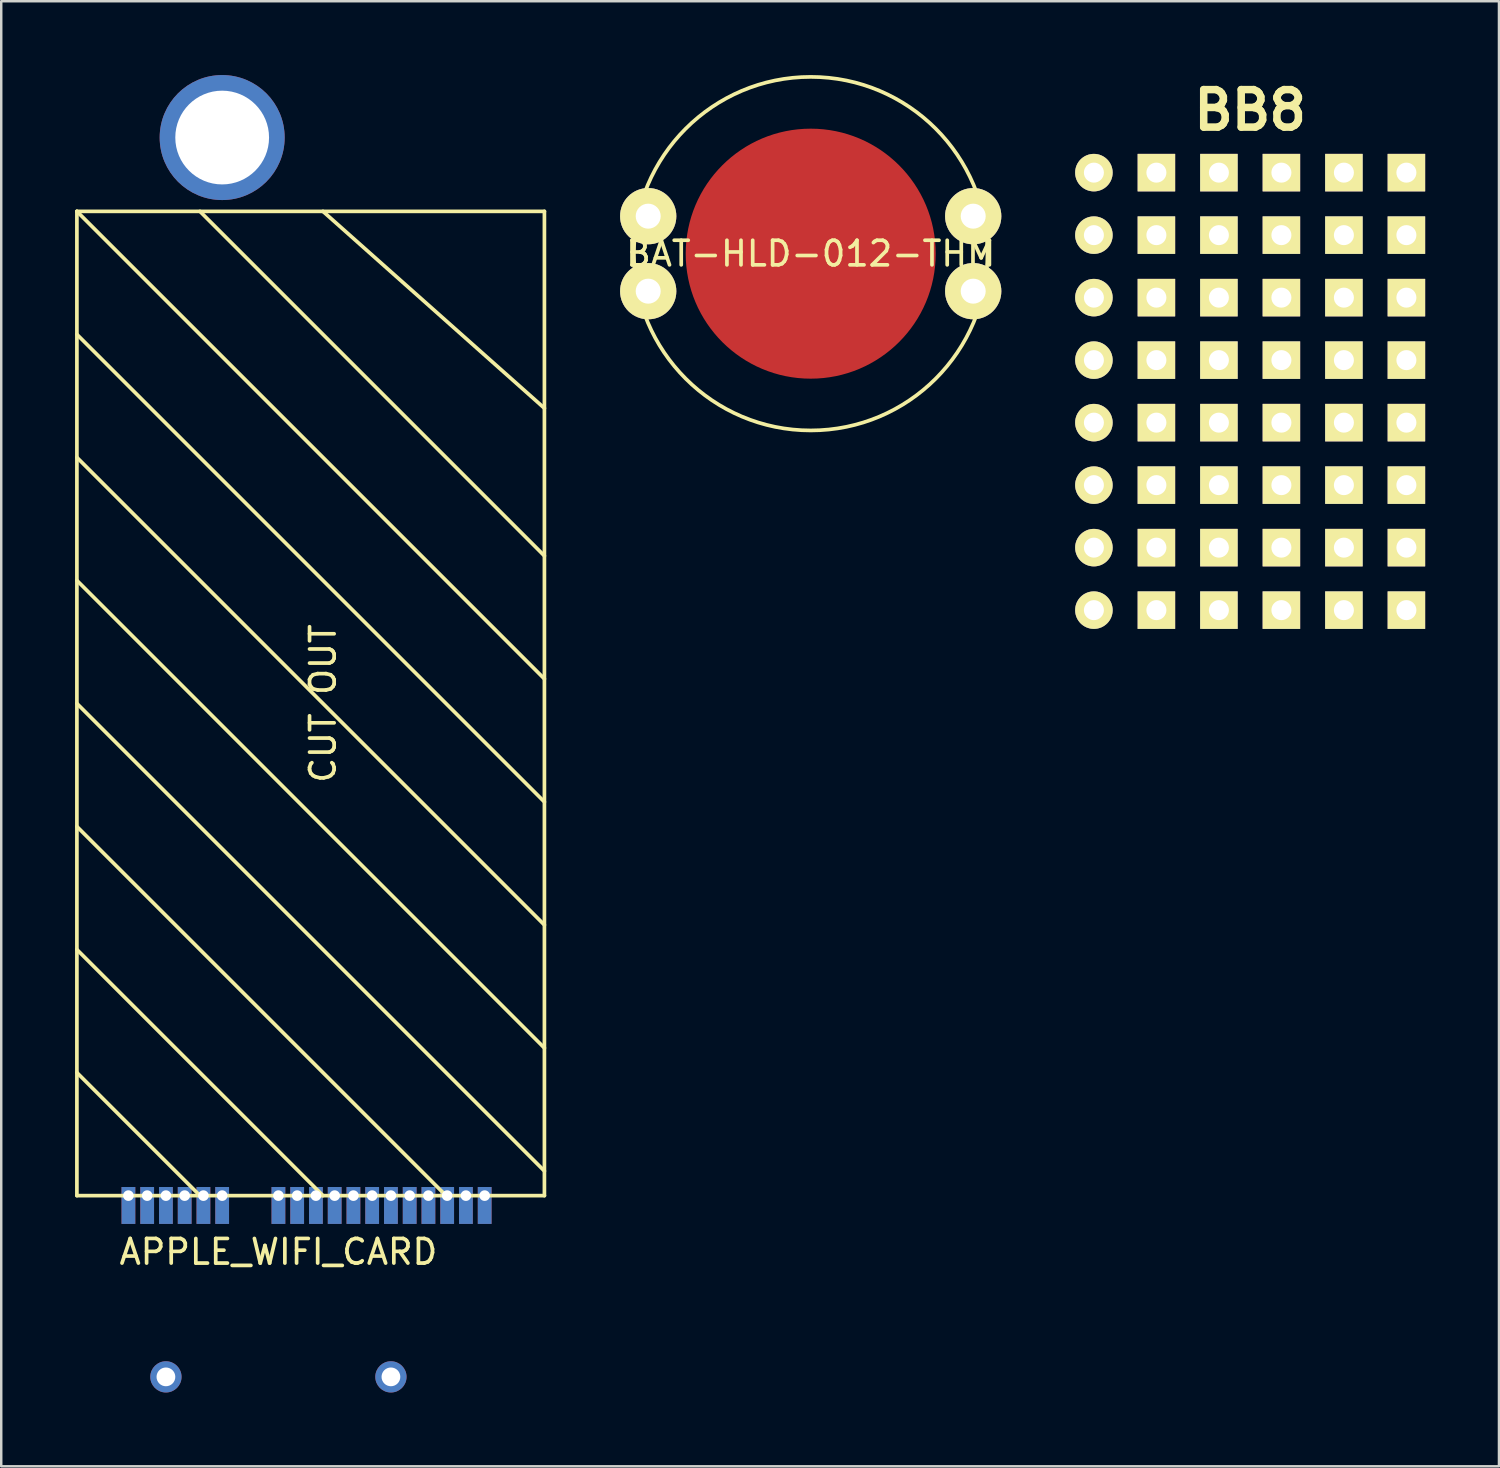
<source format=kicad_pcb>
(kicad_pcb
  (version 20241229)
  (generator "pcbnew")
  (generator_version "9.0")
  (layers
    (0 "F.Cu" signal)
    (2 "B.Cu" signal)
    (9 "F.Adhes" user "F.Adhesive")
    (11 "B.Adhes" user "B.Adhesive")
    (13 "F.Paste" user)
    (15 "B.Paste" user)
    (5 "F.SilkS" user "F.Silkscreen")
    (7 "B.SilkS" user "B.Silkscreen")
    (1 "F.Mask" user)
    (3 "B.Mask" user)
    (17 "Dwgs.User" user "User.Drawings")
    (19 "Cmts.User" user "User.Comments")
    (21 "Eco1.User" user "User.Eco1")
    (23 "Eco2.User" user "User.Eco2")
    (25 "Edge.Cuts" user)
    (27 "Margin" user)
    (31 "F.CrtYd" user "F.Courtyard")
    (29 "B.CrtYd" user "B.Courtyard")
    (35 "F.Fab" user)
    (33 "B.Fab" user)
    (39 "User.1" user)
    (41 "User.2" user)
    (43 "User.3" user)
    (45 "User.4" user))
  (footprint "BAT-HLD-012-THM"
    (layer "F.Cu")
    (at 29.897 7.259)
    (property "Reference" "BAT-HLD-012-THM" (at 0 0 0) (layer "F.SilkS") (effects (font (size 1 1) (thickness 0.15))))
    (attr through_hole)
    (fp_circle (center 0 0) (end 5.08 -5.08) (stroke (width 0.15) (type solid)) (fill no) (layer "F.SilkS"))
    (pad "1" thru_hole circle (at -6.604 -1.524) (size 2.286 2.286) (drill 1.016) (layers "*.Cu" "*.Mask" "F.SilkS"))
    (pad "1" thru_hole circle (at -6.604 1.524) (size 2.286 2.286) (drill 1.016) (layers "*.Cu" "*.Mask" "F.SilkS"))
    (pad "1" thru_hole circle (at 6.604 -1.524) (size 2.286 2.286) (drill 1.016) (layers "*.Cu" "*.Mask" "F.SilkS"))
    (pad "1" thru_hole circle (at 6.604 1.524) (size 2.286 2.286) (drill 1.016) (layers "*.Cu" "*.Mask" "F.SilkS"))
    (pad "2" smd circle (at 0 0) (size 10.16 10.16) (layers "F.Cu" "F.Mask" "F.Paste")))
  (footprint "BB8"
    (layer "F.Cu")
    (at 46.486 12.856)
    (property "Reference" "BB8" (at 1.27 -11.43 0) (layer "F.SilkS") (effects (font (size 1.524 1.524) (thickness 0.305))))
    (attr through_hole)
    (pad "1" thru_hole circle (at -5.08 -8.89) (size 1.524 1.524) (drill 0.813) (layers "*.Cu" "*.Mask" "F.SilkS"))
    (pad "2" thru_hole circle (at -5.08 -6.35) (size 1.524 1.524) (drill 0.813) (layers "*.Cu" "*.Mask" "F.SilkS"))
    (pad "3" thru_hole circle (at -5.08 -3.81) (size 1.524 1.524) (drill 0.813) (layers "*.Cu" "*.Mask" "F.SilkS"))
    (pad "4" thru_hole circle (at -5.08 -1.27) (size 1.524 1.524) (drill 0.813) (layers "*.Cu" "*.Mask" "F.SilkS"))
    (pad "5" thru_hole circle (at -5.08 1.27) (size 1.524 1.524) (drill 0.813) (layers "*.Cu" "*.Mask" "F.SilkS"))
    (pad "6" thru_hole circle (at -5.08 3.81) (size 1.524 1.524) (drill 0.813) (layers "*.Cu" "*.Mask" "F.SilkS"))
    (pad "7" thru_hole circle (at -5.08 6.35) (size 1.524 1.524) (drill 0.813) (layers "*.Cu" "*.Mask" "F.SilkS"))
    (pad "8" thru_hole circle (at -5.08 8.89) (size 1.524 1.524) (drill 0.813) (layers "*.Cu" "*.Mask" "F.SilkS"))
    (pad "9" thru_hole rect (at -2.54 -8.89) (size 1.524 1.524) (drill 0.813) (layers "*.Cu" "*.Mask" "F.SilkS"))
    (pad "10" thru_hole rect (at -2.54 -6.35) (size 1.524 1.524) (drill 0.813) (layers "*.Cu" "*.Mask" "F.SilkS"))
    (pad "11" thru_hole rect (at -2.54 -3.81) (size 1.524 1.524) (drill 0.813) (layers "*.Cu" "*.Mask" "F.SilkS"))
    (pad "12" thru_hole rect (at -2.54 -1.27) (size 1.524 1.524) (drill 0.813) (layers "*.Cu" "*.Mask" "F.SilkS"))
    (pad "13" thru_hole rect (at -2.54 1.27) (size 1.524 1.524) (drill 0.813) (layers "*.Cu" "*.Mask" "F.SilkS"))
    (pad "14" thru_hole rect (at -2.54 3.81) (size 1.524 1.524) (drill 0.813) (layers "*.Cu" "*.Mask" "F.SilkS"))
    (pad "15" thru_hole rect (at -2.54 6.35) (size 1.524 1.524) (drill 0.813) (layers "*.Cu" "*.Mask" "F.SilkS"))
    (pad "16" thru_hole rect (at -2.54 8.89) (size 1.524 1.524) (drill 0.813) (layers "*.Cu" "*.Mask" "F.SilkS"))
    (pad "17" thru_hole rect (at 0 -8.89) (size 1.524 1.524) (drill 0.813) (layers "*.Cu" "*.Mask" "F.SilkS"))
    (pad "18" thru_hole rect (at 0 -6.35) (size 1.524 1.524) (drill 0.813) (layers "*.Cu" "*.Mask" "F.SilkS"))
    (pad "19" thru_hole rect (at 0 -3.81) (size 1.524 1.524) (drill 0.813) (layers "*.Cu" "*.Mask" "F.SilkS"))
    (pad "20" thru_hole rect (at 0 -1.27) (size 1.524 1.524) (drill 0.813) (layers "*.Cu" "*.Mask" "F.SilkS"))
    (pad "21" thru_hole rect (at 0 1.27) (size 1.524 1.524) (drill 0.813) (layers "*.Cu" "*.Mask" "F.SilkS"))
    (pad "22" thru_hole rect (at 0 3.81) (size 1.524 1.524) (drill 0.813) (layers "*.Cu" "*.Mask" "F.SilkS"))
    (pad "23" thru_hole rect (at 0 6.35) (size 1.524 1.524) (drill 0.813) (layers "*.Cu" "*.Mask" "F.SilkS"))
    (pad "24" thru_hole rect (at 0 8.89) (size 1.524 1.524) (drill 0.813) (layers "*.Cu" "*.Mask" "F.SilkS"))
    (pad "25" thru_hole rect (at 2.54 -8.89) (size 1.524 1.524) (drill 0.813) (layers "*.Cu" "*.Mask" "F.SilkS"))
    (pad "26" thru_hole rect (at 2.54 -6.35) (size 1.524 1.524) (drill 0.813) (layers "*.Cu" "*.Mask" "F.SilkS"))
    (pad "27" thru_hole rect (at 2.54 -3.81) (size 1.524 1.524) (drill 0.813) (layers "*.Cu" "*.Mask" "F.SilkS"))
    (pad "28" thru_hole rect (at 2.54 -1.27) (size 1.524 1.524) (drill 0.813) (layers "*.Cu" "*.Mask" "F.SilkS"))
    (pad "29" thru_hole rect (at 2.54 1.27) (size 1.524 1.524) (drill 0.813) (layers "*.Cu" "*.Mask" "F.SilkS"))
    (pad "30" thru_hole rect (at 2.54 3.81) (size 1.524 1.524) (drill 0.813) (layers "*.Cu" "*.Mask" "F.SilkS"))
    (pad "31" thru_hole rect (at 2.54 6.35) (size 1.524 1.524) (drill 0.813) (layers "*.Cu" "*.Mask" "F.SilkS"))
    (pad "32" thru_hole rect (at 2.54 8.89) (size 1.524 1.524) (drill 0.813) (layers "*.Cu" "*.Mask" "F.SilkS"))
    (pad "33" thru_hole rect (at 5.08 -8.89) (size 1.524 1.524) (drill 0.813) (layers "*.Cu" "*.Mask" "F.SilkS"))
    (pad "34" thru_hole rect (at 5.08 -6.35) (size 1.524 1.524) (drill 0.813) (layers "*.Cu" "*.Mask" "F.SilkS"))
    (pad "35" thru_hole rect (at 5.08 -3.81) (size 1.524 1.524) (drill 0.813) (layers "*.Cu" "*.Mask" "F.SilkS"))
    (pad "36" thru_hole rect (at 5.08 -1.27) (size 1.524 1.524) (drill 0.813) (layers "*.Cu" "*.Mask" "F.SilkS"))
    (pad "37" thru_hole rect (at 5.08 1.27) (size 1.524 1.524) (drill 0.813) (layers "*.Cu" "*.Mask" "F.SilkS"))
    (pad "38" thru_hole rect (at 5.08 3.81) (size 1.524 1.524) (drill 0.813) (layers "*.Cu" "*.Mask" "F.SilkS"))
    (pad "39" thru_hole rect (at 5.08 6.35) (size 1.524 1.524) (drill 0.813) (layers "*.Cu" "*.Mask" "F.SilkS"))
    (pad "40" thru_hole rect (at 5.08 8.89) (size 1.524 1.524) (drill 0.813) (layers "*.Cu" "*.Mask" "F.SilkS"))
    (pad "41" thru_hole rect (at 7.62 -8.89) (size 1.524 1.524) (drill 0.813) (layers "*.Cu" "*.Mask" "F.SilkS"))
    (pad "42" thru_hole rect (at 7.62 -6.35) (size 1.524 1.524) (drill 0.813) (layers "*.Cu" "*.Mask" "F.SilkS"))
    (pad "43" thru_hole rect (at 7.62 -3.81) (size 1.524 1.524) (drill 0.813) (layers "*.Cu" "*.Mask" "F.SilkS"))
    (pad "44" thru_hole rect (at 7.62 -1.27) (size 1.524 1.524) (drill 0.813) (layers "*.Cu" "*.Mask" "F.SilkS"))
    (pad "45" thru_hole rect (at 7.62 1.27) (size 1.524 1.524) (drill 0.813) (layers "*.Cu" "*.Mask" "F.SilkS"))
    (pad "46" thru_hole rect (at 7.62 3.81) (size 1.524 1.524) (drill 0.813) (layers "*.Cu" "*.Mask" "F.SilkS"))
    (pad "47" thru_hole rect (at 7.62 6.35) (size 1.524 1.524) (drill 0.813) (layers "*.Cu" "*.Mask" "F.SilkS"))
    (pad "48" thru_hole rect (at 7.62 8.89) (size 1.524 1.524) (drill 0.813) (layers "*.Cu" "*.Mask" "F.SilkS")))
  (footprint "APPLE_WIFI_CARD"
    (layer "F.Cu")
    (at 12.075 45.54)
    (property "Reference" "APPLE_WIFI_CARD" (at -3.81 2.286 0) (layer "F.SilkS") (effects (font (size 1 1) (thickness 0.15))))
    (attr through_hole)
    (fp_line (start -12 -40) (end -12 0) (stroke (width 0.15) (type solid)) (layer "F.SilkS"))
    (fp_line (start -12 -40) (end 7 -40) (stroke (width 0.15) (type solid)) (layer "F.SilkS"))
    (fp_line (start -12 -40) (end 7 -21) (stroke (width 0.15) (type solid)) (layer "F.SilkS"))
    (fp_line (start -12 -35) (end 7 -16) (stroke (width 0.15) (type solid)) (layer "F.SilkS"))
    (fp_line (start -12 -30) (end 7 -11) (stroke (width 0.15) (type solid)) (layer "F.SilkS"))
    (fp_line (start -12 -25) (end 7 -6) (stroke (width 0.15) (type solid)) (layer "F.SilkS"))
    (fp_line (start -12 -20) (end 7 -1) (stroke (width 0.15) (type solid)) (layer "F.SilkS"))
    (fp_line (start -12 -15) (end 3 0) (stroke (width 0.15) (type solid)) (layer "F.SilkS"))
    (fp_line (start -12 -10) (end -2 0) (stroke (width 0.15) (type solid)) (layer "F.SilkS"))
    (fp_line (start -12 -5) (end -7 0) (stroke (width 0.15) (type solid)) (layer "F.SilkS"))
    (fp_line (start -12 0) (end 7 0) (stroke (width 0.15) (type solid)) (layer "F.SilkS"))
    (fp_line (start -7 -40) (end 7 -26) (stroke (width 0.15) (type solid)) (layer "F.SilkS"))
    (fp_line (start -2 -40) (end 7 -32) (stroke (width 0.15) (type solid)) (layer "F.SilkS"))
    (fp_line (start 7 -40) (end 7 0) (stroke (width 0.15) (type solid)) (layer "F.SilkS"))
    (fp_text user "CUT OUT" (at -2 -20 90) (layer "F.SilkS") (effects (font (size 1 1) (thickness 0.15))))
    (pad "1" thru_hole rect (at 4.572 0 180) (size 0.559 1.5) (drill 0.432 (offset 0 -0.4)) (layers "*.Cu" "*.Mask"))
    (pad "2" thru_hole rect (at 3.81 0 180) (size 0.559 1.5) (drill 0.432 (offset 0 -0.4)) (layers "*.Cu" "*.Mask"))
    (pad "3" thru_hole rect (at 3.048 0 180) (size 0.559 1.5) (drill 0.432 (offset 0 -0.4)) (layers "*.Cu" "*.Mask"))
    (pad "4" thru_hole rect (at 2.286 0 180) (size 0.559 1.5) (drill 0.432 (offset 0 -0.4)) (layers "*.Cu" "*.Mask"))
    (pad "5" thru_hole rect (at 1.524 0 180) (size 0.559 1.5) (drill 0.432 (offset 0 -0.4)) (layers "*.Cu" "*.Mask"))
    (pad "6" thru_hole rect (at 0.762 0 180) (size 0.559 1.5) (drill 0.432 (offset 0 -0.4)) (layers "*.Cu" "*.Mask"))
    (pad "7" thru_hole rect (at 0 0 180) (size 0.559 1.5) (drill 0.432 (offset 0 -0.4)) (layers "*.Cu" "*.Mask"))
    (pad "8" thru_hole rect (at -0.762 0 180) (size 0.559 1.5) (drill 0.432 (offset 0 -0.4)) (layers "*.Cu" "*.Mask"))
    (pad "9" thru_hole rect (at -1.524 0 180) (size 0.559 1.5) (drill 0.432 (offset 0 -0.4)) (layers "*.Cu" "*.Mask"))
    (pad "10" thru_hole rect (at -2.286 0 180) (size 0.559 1.5) (drill 0.432 (offset 0 -0.4)) (layers "*.Cu" "*.Mask"))
    (pad "11" thru_hole rect (at -3.048 0 180) (size 0.559 1.5) (drill 0.432 (offset 0 -0.4)) (layers "*.Cu" "*.Mask"))
    (pad "12" thru_hole rect (at -3.81 0 180) (size 0.559 1.5) (drill 0.432 (offset 0 -0.4)) (layers "*.Cu" "*.Mask"))
    (pad "13" thru_hole rect (at -6.096 0 180) (size 0.559 1.5) (drill 0.432 (offset 0 -0.4)) (layers "*.Cu" "*.Mask"))
    (pad "14" thru_hole rect (at -6.858 0 180) (size 0.559 1.5) (drill 0.432 (offset 0 -0.4)) (layers "*.Cu" "*.Mask"))
    (pad "15" thru_hole rect (at -7.62 0 180) (size 0.559 1.5) (drill 0.432 (offset 0 -0.4)) (layers "*.Cu" "*.Mask"))
    (pad "16" thru_hole rect (at -8.382 0 180) (size 0.559 1.5) (drill 0.432 (offset 0 -0.4)) (layers "*.Cu" "*.Mask"))
    (pad "17" thru_hole rect (at -9.144 0 180) (size 0.559 1.5) (drill 0.432 (offset 0 -0.4)) (layers "*.Cu" "*.Mask"))
    (pad "18" thru_hole rect (at -9.906 0 180) (size 0.559 1.5) (drill 0.432 (offset 0 -0.4)) (layers "*.Cu" "*.Mask"))
    (pad "19" thru_hole oval (at -8.382 7.366) (size 1.27 1.27) (drill 0.762) (layers "*.Cu" "*.Mask"))
    (pad "20" thru_hole circle (at -6.096 -43) (size 5.08 5.08) (drill 3.81) (layers "*.Cu" "*.Mask"))
    (pad "20" thru_hole oval (at 0.762 7.366) (size 1.27 1.27) (drill 0.762) (layers "*.Cu" "*.Mask")))
  (gr_rect
    (start -3 -3)
    (end 57.868 56.541)
    (stroke (width 0.1) (type default))
    (fill no)
    (layer "Edge.Cuts")))
</source>
